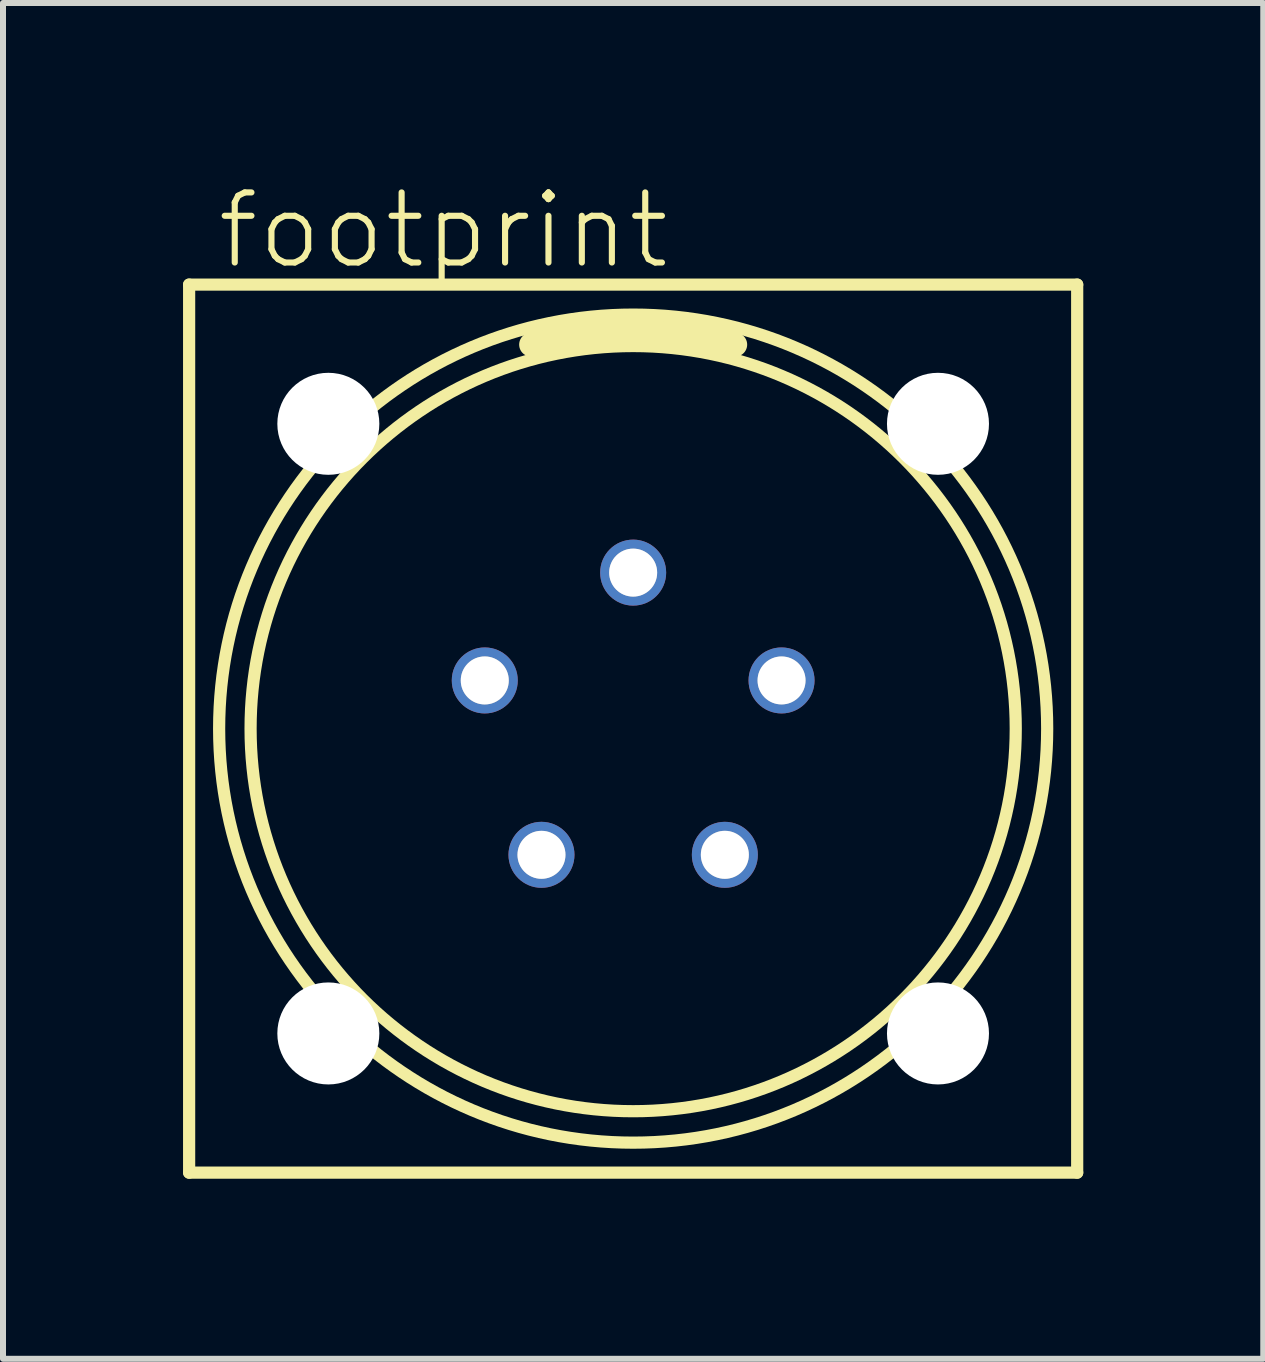
<source format=kicad_pcb>
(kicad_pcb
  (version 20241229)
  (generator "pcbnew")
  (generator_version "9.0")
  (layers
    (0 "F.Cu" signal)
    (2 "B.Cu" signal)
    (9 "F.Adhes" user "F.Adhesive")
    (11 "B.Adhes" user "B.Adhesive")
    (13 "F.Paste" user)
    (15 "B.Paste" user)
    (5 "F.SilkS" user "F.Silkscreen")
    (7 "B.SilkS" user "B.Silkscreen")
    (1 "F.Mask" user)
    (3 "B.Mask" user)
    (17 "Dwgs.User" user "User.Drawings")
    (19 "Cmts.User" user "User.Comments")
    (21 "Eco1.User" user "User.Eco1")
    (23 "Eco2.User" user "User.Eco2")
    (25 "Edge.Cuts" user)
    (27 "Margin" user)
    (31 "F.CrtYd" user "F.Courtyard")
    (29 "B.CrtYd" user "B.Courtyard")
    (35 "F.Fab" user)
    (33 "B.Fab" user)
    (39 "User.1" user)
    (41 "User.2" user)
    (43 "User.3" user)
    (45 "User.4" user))
  (footprint "footprint"
    (layer "F.Cu")
    (at 7.502 9.093)
    (property "Reference" "footprint" (at -6.985 -7.62 0) (layer "F.SilkS") (effects (font (size 1.168 1.168) (thickness 0.102)) (justify left bottom)))
    (fp_line (start -7.4 -7.4) (end 7.4 -7.4) (stroke (width 0.203) (type solid)) (layer "F.SilkS"))
    (fp_line (start -7.4 7.4) (end -7.4 -7.4) (stroke (width 0.203) (type solid)) (layer "F.SilkS"))
    (fp_line (start 7.4 -7.4) (end 7.4 7.4) (stroke (width 0.203) (type solid)) (layer "F.SilkS"))
    (fp_line (start 7.4 7.4) (end -7.4 7.4) (stroke (width 0.203) (type solid)) (layer "F.SilkS"))
    (fp_arc (start -1.7 -6.4) (mid 0 -6.650475) (end 1.700001 -6.4) (stroke (width 0.4) (type solid)) (layer "F.SilkS"))
    (fp_circle (center 0 0) (end 6.376 0) (stroke (width 0.203) (type solid)) (fill no) (layer "F.SilkS"))
    (fp_circle (center 0 0) (end 6.9 0) (stroke (width 0.203) (type solid)) (fill no) (layer "F.SilkS"))
    (fp_circle (center -2.473 -0.803) (end -2.174 -0.803) (stroke (width 0.203) (type solid)) (fill no) (layer "F.Fab"))
    (fp_circle (center -1.528 2.103) (end -1.23 2.103) (stroke (width 0.203) (type solid)) (fill no) (layer "F.Fab"))
    (fp_circle (center 0 -2.6) (end 0.298 -2.6) (stroke (width 0.203) (type solid)) (fill no) (layer "F.Fab"))
    (fp_circle (center 1.528 2.103) (end 1.827 2.103) (stroke (width 0.203) (type solid)) (fill no) (layer "F.Fab"))
    (fp_circle (center 2.473 -0.803) (end 2.771 -0.803) (stroke (width 0.203) (type solid)) (fill no) (layer "F.Fab"))
    (pad "" np_thru_hole circle (at -5.08 -5.08) (size 1.7 1.7) (drill 1.7) (layers "*.Cu" "*.Mask"))
    (pad "" np_thru_hole circle (at -5.08 5.08) (size 1.7 1.7) (drill 1.7) (layers "*.Cu" "*.Mask"))
    (pad "" np_thru_hole circle (at 5.08 -5.08) (size 1.7 1.7) (drill 1.7) (layers "*.Cu" "*.Mask"))
    (pad "" np_thru_hole circle (at 5.08 5.08) (size 1.7 1.7) (drill 1.7) (layers "*.Cu" "*.Mask"))
    (pad "1" thru_hole circle (at 0 -2.6) (size 1.1 1.1) (drill 0.8) (layers "*.Cu" "*.Mask"))
    (pad "2" thru_hole circle (at -2.473 -0.803) (size 1.1 1.1) (drill 0.8) (layers "*.Cu" "*.Mask"))
    (pad "3" thru_hole circle (at -1.528 2.103) (size 1.1 1.1) (drill 0.8) (layers "*.Cu" "*.Mask"))
    (pad "4" thru_hole circle (at 1.528 2.103) (size 1.1 1.1) (drill 0.8) (layers "*.Cu" "*.Mask"))
    (pad "5" thru_hole circle (at 2.473 -0.803) (size 1.1 1.1) (drill 0.8) (layers "*.Cu" "*.Mask")))
  (gr_rect
    (start -3 -3)
    (end 18.003 19.595)
    (stroke (width 0.1) (type default))
    (fill no)
    (layer "Edge.Cuts")))
</source>
